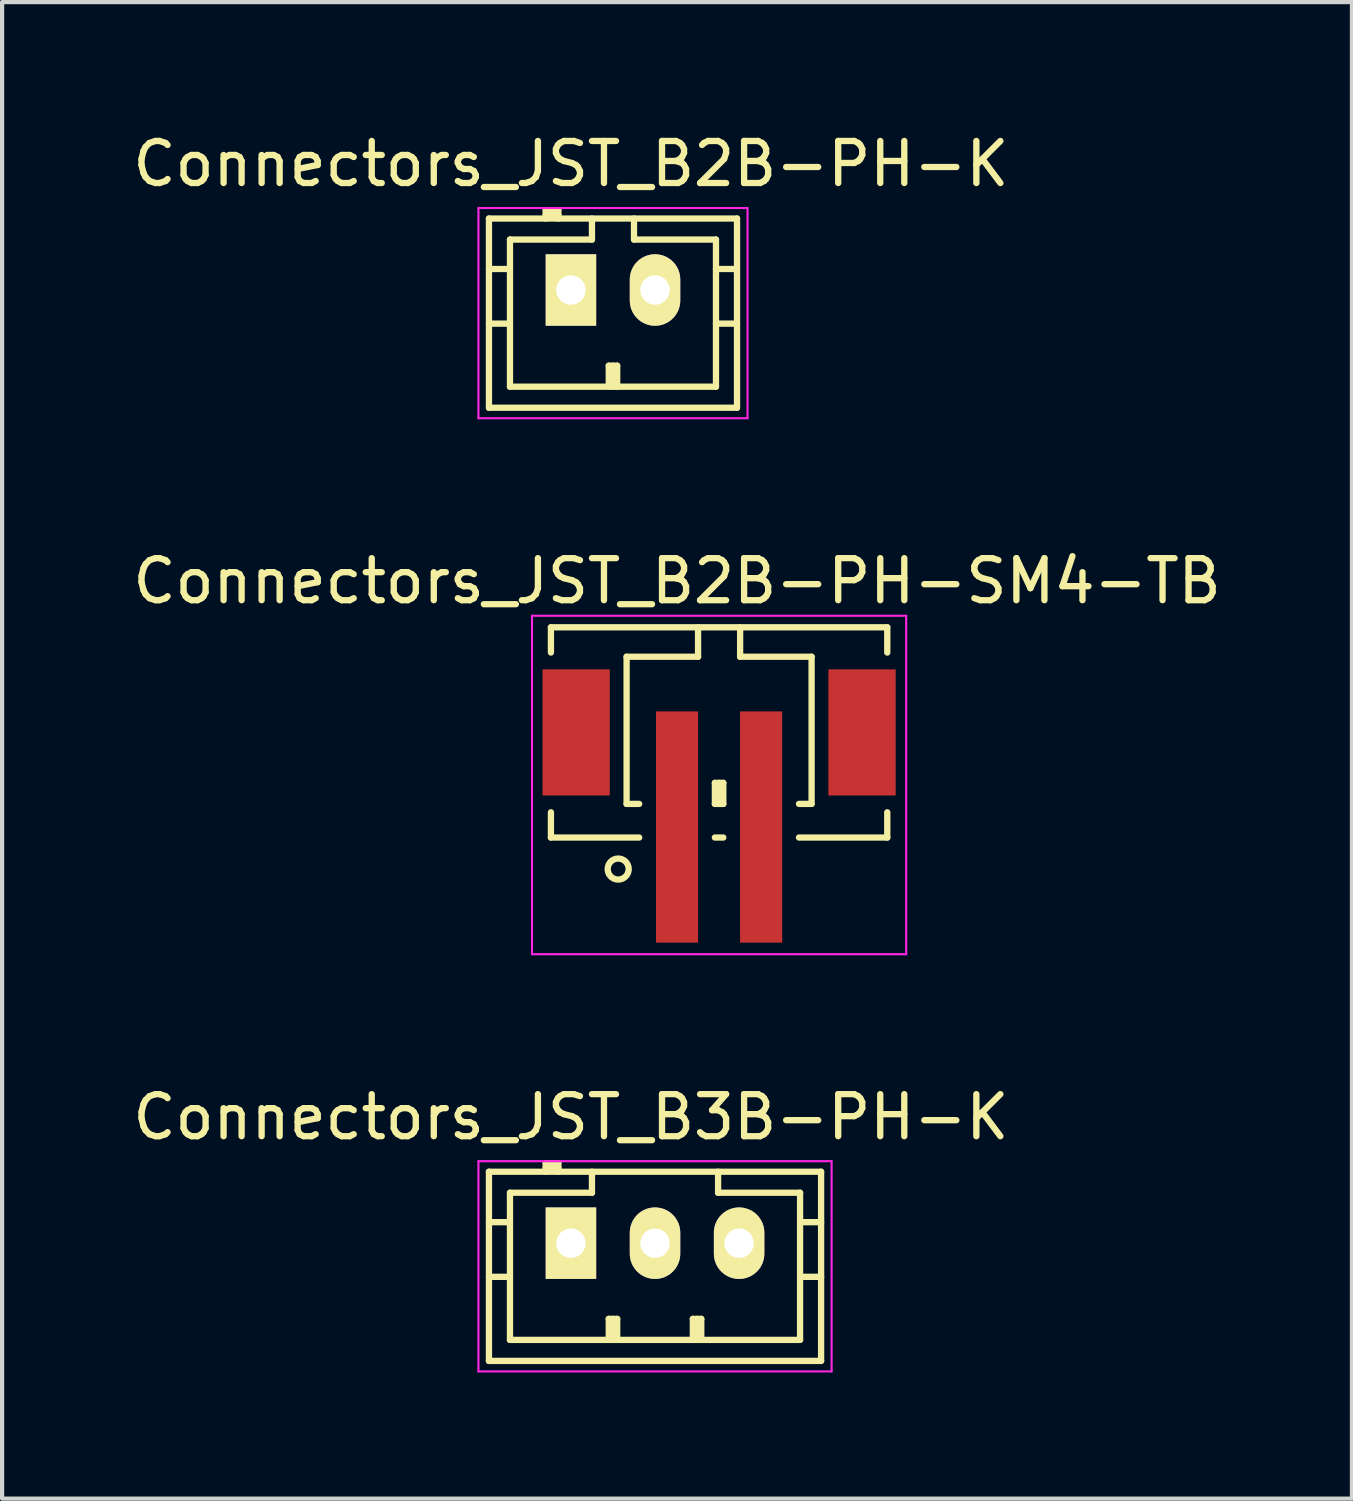
<source format=kicad_pcb>
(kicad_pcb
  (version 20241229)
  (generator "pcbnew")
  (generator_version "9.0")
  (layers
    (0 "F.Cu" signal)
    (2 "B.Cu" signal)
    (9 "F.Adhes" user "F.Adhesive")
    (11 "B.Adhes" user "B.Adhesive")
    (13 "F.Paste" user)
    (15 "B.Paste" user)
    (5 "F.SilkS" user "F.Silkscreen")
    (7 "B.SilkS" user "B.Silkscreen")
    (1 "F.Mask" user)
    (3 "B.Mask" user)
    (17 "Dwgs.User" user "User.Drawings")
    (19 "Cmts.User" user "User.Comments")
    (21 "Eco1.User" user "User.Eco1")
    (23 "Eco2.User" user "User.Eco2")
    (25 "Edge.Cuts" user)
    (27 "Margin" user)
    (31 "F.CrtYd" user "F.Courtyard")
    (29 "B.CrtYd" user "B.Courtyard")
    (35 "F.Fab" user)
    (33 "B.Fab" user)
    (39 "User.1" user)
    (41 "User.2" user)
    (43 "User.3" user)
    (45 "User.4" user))
  (footprint "Connectors_JST_B2B-PH-SM4-TB"
    (layer "F.Cu")
    (at 14.054 15.496)
    (property "Reference" "Connectors_JST_B2B-PH-SM4-TB" (at -1 -4.725 0) (layer "F.SilkS") (effects (font (size 1 1) (thickness 0.15))))
    (attr smd)
    (fp_line (start -4 -3.625) (end 4 -3.625) (stroke (width 0.15) (type solid)) (layer "F.SilkS"))
    (fp_line (start -4 -3.025) (end -4 -3.625) (stroke (width 0.15) (type solid)) (layer "F.SilkS"))
    (fp_line (start -4 0.775) (end -4 1.375) (stroke (width 0.15) (type solid)) (layer "F.SilkS"))
    (fp_line (start -4 1.375) (end -1.9 1.375) (stroke (width 0.15) (type solid)) (layer "F.SilkS"))
    (fp_line (start -2.2 -2.925) (end -2.2 0.575) (stroke (width 0.15) (type solid)) (layer "F.SilkS"))
    (fp_line (start -2.2 0.575) (end -1.9 0.575) (stroke (width 0.15) (type solid)) (layer "F.SilkS"))
    (fp_line (start -0.5 -3.625) (end -0.5 -2.925) (stroke (width 0.15) (type solid)) (layer "F.SilkS"))
    (fp_line (start -0.5 -2.925) (end -2.2 -2.925) (stroke (width 0.15) (type solid)) (layer "F.SilkS"))
    (fp_line (start -0.1 0.075) (end 0.1 0.075) (stroke (width 0.15) (type solid)) (layer "F.SilkS"))
    (fp_line (start -0.1 0.575) (end -0.1 0.075) (stroke (width 0.15) (type solid)) (layer "F.SilkS"))
    (fp_line (start -0.1 0.575) (end 0.1 0.575) (stroke (width 0.15) (type solid)) (layer "F.SilkS"))
    (fp_line (start -0.1 1.375) (end 0.1 1.375) (stroke (width 0.15) (type solid)) (layer "F.SilkS"))
    (fp_line (start 0 0.575) (end 0 0.075) (stroke (width 0.15) (type solid)) (layer "F.SilkS"))
    (fp_line (start 0.1 0.075) (end 0.1 0.575) (stroke (width 0.15) (type solid)) (layer "F.SilkS"))
    (fp_line (start 0.5 -3.625) (end 0.5 -2.925) (stroke (width 0.15) (type solid)) (layer "F.SilkS"))
    (fp_line (start 0.5 -2.925) (end 2.2 -2.925) (stroke (width 0.15) (type solid)) (layer "F.SilkS"))
    (fp_line (start 2.2 -2.925) (end 2.2 0.575) (stroke (width 0.15) (type solid)) (layer "F.SilkS"))
    (fp_line (start 2.2 0.575) (end 1.9 0.575) (stroke (width 0.15) (type solid)) (layer "F.SilkS"))
    (fp_line (start 4 -3.625) (end 4 -3.025) (stroke (width 0.15) (type solid)) (layer "F.SilkS"))
    (fp_line (start 4 0.775) (end 4 1.375) (stroke (width 0.15) (type solid)) (layer "F.SilkS"))
    (fp_line (start 4 1.375) (end 1.9 1.375) (stroke (width 0.15) (type solid)) (layer "F.SilkS"))
    (fp_circle (center -2.4 2.125) (end -2.15 2.125) (stroke (width 0.15) (type solid)) (fill no) (layer "F.SilkS"))
    (fp_line (start -4.45 -3.9) (end 4.45 -3.9) (stroke (width 0.05) (type solid)) (layer "F.CrtYd"))
    (fp_line (start -4.45 4.15) (end -4.45 -3.9) (stroke (width 0.05) (type solid)) (layer "F.CrtYd"))
    (fp_line (start 4.45 -3.9) (end 4.45 4.15) (stroke (width 0.05) (type solid)) (layer "F.CrtYd"))
    (fp_line (start 4.45 4.15) (end -4.45 4.15) (stroke (width 0.05) (type solid)) (layer "F.CrtYd"))
    (pad "" smd rect (at -3.4 -1.125) (size 1.6 3) (layers "F.Cu" "F.Mask" "F.Paste"))
    (pad "" smd rect (at 3.4 -1.125) (size 1.6 3) (layers "F.Cu" "F.Mask" "F.Paste"))
    (pad "1" smd rect (at -1 1.125) (size 1 5.5) (layers "F.Cu" "F.Mask" "F.Paste"))
    (pad "2" smd rect (at 1 1.125) (size 1 5.5) (layers "F.Cu" "F.Mask" "F.Paste")))
  (footprint "Connectors_JST_B3B-PH-K"
    (layer "F.Cu")
    (at 10.53 26.52)
    (property "Reference" "Connectors_JST_B3B-PH-K" (at 0 -3 0) (layer "F.SilkS") (effects (font (size 1 1) (thickness 0.15))))
    (attr through_hole)
    (fp_line (start -1.95 -1.7) (end 5.95 -1.7) (stroke (width 0.15) (type solid)) (layer "F.SilkS"))
    (fp_line (start -1.95 -0.5) (end -1.45 -0.5) (stroke (width 0.15) (type solid)) (layer "F.SilkS"))
    (fp_line (start -1.95 0.8) (end -1.45 0.8) (stroke (width 0.15) (type solid)) (layer "F.SilkS"))
    (fp_line (start -1.95 2.8) (end -1.95 -1.7) (stroke (width 0.15) (type solid)) (layer "F.SilkS"))
    (fp_line (start -1.45 -1.2) (end -1.45 2.3) (stroke (width 0.15) (type solid)) (layer "F.SilkS"))
    (fp_line (start -1.45 2.3) (end 5.45 2.3) (stroke (width 0.15) (type solid)) (layer "F.SilkS"))
    (fp_line (start -0.6 -1.9) (end -0.6 -1.7) (stroke (width 0.15) (type solid)) (layer "F.SilkS"))
    (fp_line (start -0.3 -1.9) (end -0.6 -1.9) (stroke (width 0.15) (type solid)) (layer "F.SilkS"))
    (fp_line (start -0.3 -1.8) (end -0.6 -1.8) (stroke (width 0.15) (type solid)) (layer "F.SilkS"))
    (fp_line (start -0.3 -1.7) (end -0.3 -1.9) (stroke (width 0.15) (type solid)) (layer "F.SilkS"))
    (fp_line (start 0.5 -1.7) (end 0.5 -1.2) (stroke (width 0.15) (type solid)) (layer "F.SilkS"))
    (fp_line (start 0.5 -1.2) (end -1.45 -1.2) (stroke (width 0.15) (type solid)) (layer "F.SilkS"))
    (fp_line (start 0.9 1.8) (end 1.1 1.8) (stroke (width 0.15) (type solid)) (layer "F.SilkS"))
    (fp_line (start 0.9 2.3) (end 0.9 1.8) (stroke (width 0.15) (type solid)) (layer "F.SilkS"))
    (fp_line (start 1 2.3) (end 1 1.8) (stroke (width 0.15) (type solid)) (layer "F.SilkS"))
    (fp_line (start 1.1 1.8) (end 1.1 2.3) (stroke (width 0.15) (type solid)) (layer "F.SilkS"))
    (fp_line (start 2.9 1.8) (end 3.1 1.8) (stroke (width 0.15) (type solid)) (layer "F.SilkS"))
    (fp_line (start 2.9 2.3) (end 2.9 1.8) (stroke (width 0.15) (type solid)) (layer "F.SilkS"))
    (fp_line (start 3 2.3) (end 3 1.8) (stroke (width 0.15) (type solid)) (layer "F.SilkS"))
    (fp_line (start 3.1 1.8) (end 3.1 2.3) (stroke (width 0.15) (type solid)) (layer "F.SilkS"))
    (fp_line (start 3.5 -1.2) (end 3.5 -1.7) (stroke (width 0.15) (type solid)) (layer "F.SilkS"))
    (fp_line (start 5.45 -1.2) (end 3.5 -1.2) (stroke (width 0.15) (type solid)) (layer "F.SilkS"))
    (fp_line (start 5.45 -0.5) (end 5.95 -0.5) (stroke (width 0.15) (type solid)) (layer "F.SilkS"))
    (fp_line (start 5.45 0.8) (end 5.95 0.8) (stroke (width 0.15) (type solid)) (layer "F.SilkS"))
    (fp_line (start 5.45 2.3) (end 5.45 -1.2) (stroke (width 0.15) (type solid)) (layer "F.SilkS"))
    (fp_line (start 5.95 -1.7) (end 5.95 2.8) (stroke (width 0.15) (type solid)) (layer "F.SilkS"))
    (fp_line (start 5.95 2.8) (end -1.95 2.8) (stroke (width 0.15) (type solid)) (layer "F.SilkS"))
    (fp_line (start -2.2 -1.95) (end 6.2 -1.95) (stroke (width 0.05) (type solid)) (layer "F.CrtYd"))
    (fp_line (start -2.2 3.05) (end -2.2 -1.95) (stroke (width 0.05) (type solid)) (layer "F.CrtYd"))
    (fp_line (start 6.2 -1.95) (end 6.2 3.05) (stroke (width 0.05) (type solid)) (layer "F.CrtYd"))
    (fp_line (start 6.2 3.05) (end -2.2 3.05) (stroke (width 0.05) (type solid)) (layer "F.CrtYd"))
    (pad "1" thru_hole rect (at 0 0) (size 1.2 1.7) (drill 0.7) (layers "*.Cu" "*.Mask" "F.SilkS"))
    (pad "2" thru_hole oval (at 2 0) (size 1.2 1.7) (drill 0.7) (layers "*.Cu" "*.Mask" "F.SilkS"))
    (pad "3" thru_hole oval (at 4 0) (size 1.2 1.7) (drill 0.7) (layers "*.Cu" "*.Mask" "F.SilkS")))
  (footprint "Connectors_JST_B2B-PH-K"
    (layer "F.Cu")
    (at 10.53 3.848)
    (property "Reference" "Connectors_JST_B2B-PH-K" (at 0 -3 0) (layer "F.SilkS") (effects (font (size 1 1) (thickness 0.15))))
    (attr through_hole)
    (fp_line (start -1.95 -1.7) (end 3.95 -1.7) (stroke (width 0.15) (type solid)) (layer "F.SilkS"))
    (fp_line (start -1.95 -0.5) (end -1.45 -0.5) (stroke (width 0.15) (type solid)) (layer "F.SilkS"))
    (fp_line (start -1.95 0.8) (end -1.45 0.8) (stroke (width 0.15) (type solid)) (layer "F.SilkS"))
    (fp_line (start -1.95 2.8) (end -1.95 -1.7) (stroke (width 0.15) (type solid)) (layer "F.SilkS"))
    (fp_line (start -1.45 -1.2) (end -1.45 2.3) (stroke (width 0.15) (type solid)) (layer "F.SilkS"))
    (fp_line (start -1.45 2.3) (end 3.45 2.3) (stroke (width 0.15) (type solid)) (layer "F.SilkS"))
    (fp_line (start -0.6 -1.9) (end -0.6 -1.7) (stroke (width 0.15) (type solid)) (layer "F.SilkS"))
    (fp_line (start -0.3 -1.9) (end -0.6 -1.9) (stroke (width 0.15) (type solid)) (layer "F.SilkS"))
    (fp_line (start -0.3 -1.8) (end -0.6 -1.8) (stroke (width 0.15) (type solid)) (layer "F.SilkS"))
    (fp_line (start -0.3 -1.7) (end -0.3 -1.9) (stroke (width 0.15) (type solid)) (layer "F.SilkS"))
    (fp_line (start 0.5 -1.7) (end 0.5 -1.2) (stroke (width 0.15) (type solid)) (layer "F.SilkS"))
    (fp_line (start 0.5 -1.2) (end -1.45 -1.2) (stroke (width 0.15) (type solid)) (layer "F.SilkS"))
    (fp_line (start 0.9 1.8) (end 1.1 1.8) (stroke (width 0.15) (type solid)) (layer "F.SilkS"))
    (fp_line (start 0.9 2.3) (end 0.9 1.8) (stroke (width 0.15) (type solid)) (layer "F.SilkS"))
    (fp_line (start 1 2.3) (end 1 1.8) (stroke (width 0.15) (type solid)) (layer "F.SilkS"))
    (fp_line (start 1.1 1.8) (end 1.1 2.3) (stroke (width 0.15) (type solid)) (layer "F.SilkS"))
    (fp_line (start 1.5 -1.2) (end 1.5 -1.7) (stroke (width 0.15) (type solid)) (layer "F.SilkS"))
    (fp_line (start 3.45 -1.2) (end 1.5 -1.2) (stroke (width 0.15) (type solid)) (layer "F.SilkS"))
    (fp_line (start 3.45 -0.5) (end 3.95 -0.5) (stroke (width 0.15) (type solid)) (layer "F.SilkS"))
    (fp_line (start 3.45 0.8) (end 3.95 0.8) (stroke (width 0.15) (type solid)) (layer "F.SilkS"))
    (fp_line (start 3.45 2.3) (end 3.45 -1.2) (stroke (width 0.15) (type solid)) (layer "F.SilkS"))
    (fp_line (start 3.95 -1.7) (end 3.95 2.8) (stroke (width 0.15) (type solid)) (layer "F.SilkS"))
    (fp_line (start 3.95 2.8) (end -1.95 2.8) (stroke (width 0.15) (type solid)) (layer "F.SilkS"))
    (fp_line (start -2.2 -1.95) (end 4.2 -1.95) (stroke (width 0.05) (type solid)) (layer "F.CrtYd"))
    (fp_line (start -2.2 3.05) (end -2.2 -1.95) (stroke (width 0.05) (type solid)) (layer "F.CrtYd"))
    (fp_line (start 4.2 -1.95) (end 4.2 3.05) (stroke (width 0.05) (type solid)) (layer "F.CrtYd"))
    (fp_line (start 4.2 3.05) (end -2.2 3.05) (stroke (width 0.05) (type solid)) (layer "F.CrtYd"))
    (pad "1" thru_hole rect (at 0 0) (size 1.2 1.7) (drill 0.7) (layers "*.Cu" "*.Mask" "F.SilkS"))
    (pad "2" thru_hole oval (at 2 0) (size 1.2 1.7) (drill 0.7) (layers "*.Cu" "*.Mask" "F.SilkS")))
  (gr_rect
    (start -3 -3)
    (end 29.107 32.595)
    (stroke (width 0.1) (type default))
    (fill no)
    (layer "Edge.Cuts")))
</source>
